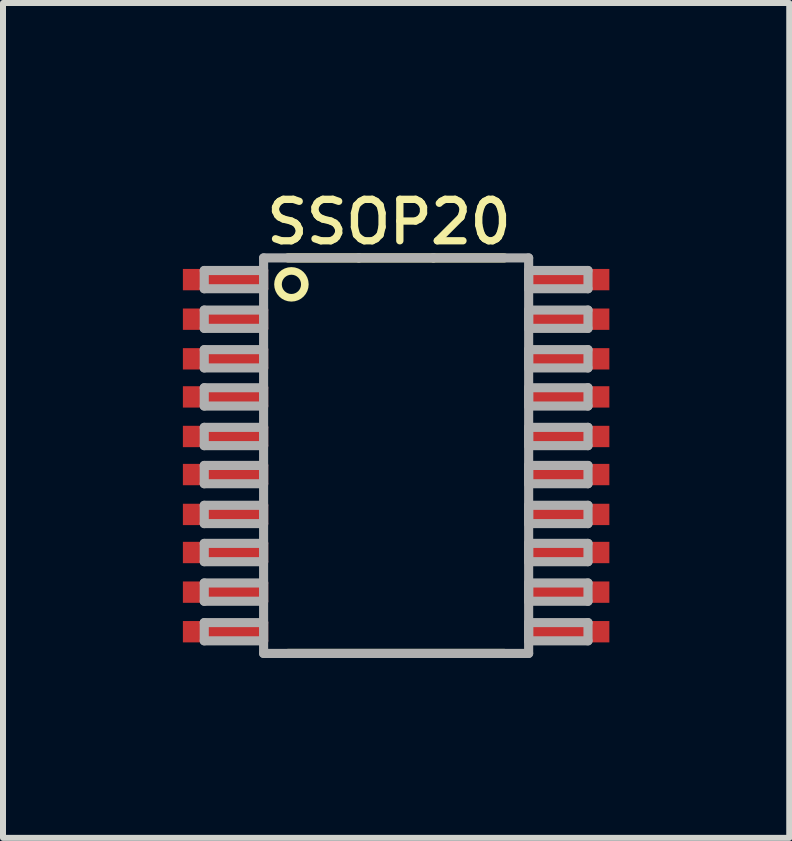
<source format=kicad_pcb>
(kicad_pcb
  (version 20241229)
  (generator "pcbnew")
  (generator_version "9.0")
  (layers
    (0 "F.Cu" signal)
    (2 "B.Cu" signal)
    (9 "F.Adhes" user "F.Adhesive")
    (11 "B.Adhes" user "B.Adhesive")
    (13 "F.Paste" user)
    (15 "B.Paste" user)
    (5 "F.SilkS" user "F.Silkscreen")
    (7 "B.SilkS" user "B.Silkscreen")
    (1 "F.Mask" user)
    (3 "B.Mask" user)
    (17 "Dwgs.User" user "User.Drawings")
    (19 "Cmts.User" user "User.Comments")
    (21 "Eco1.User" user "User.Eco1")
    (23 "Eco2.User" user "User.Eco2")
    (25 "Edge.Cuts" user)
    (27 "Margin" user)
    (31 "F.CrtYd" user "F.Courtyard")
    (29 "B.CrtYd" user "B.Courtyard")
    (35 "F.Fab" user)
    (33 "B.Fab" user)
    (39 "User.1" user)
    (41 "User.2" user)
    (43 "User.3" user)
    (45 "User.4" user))
  (footprint "SSOP20"
    (layer "F.Cu")
    (at 3.556 4.549)
    (property "Reference" "SSOP20" (at -2.223 -3.493 0) (unlocked yes) (layer "F.SilkS") (effects (font (size 0.691 0.691) (thickness 0.122)) (justify left bottom)))
    (fp_line (start -1.803 3.298) (end 1.803 3.298) (stroke (width 0.152) (type solid)) (layer "F.SilkS"))
    (fp_line (start -0.622 -3.298) (end -1.803 -3.298) (stroke (width 0.152) (type solid)) (layer "F.SilkS"))
    (fp_line (start 0.622 -3.298) (end -0.622 -3.298) (stroke (width 0.152) (type solid)) (layer "F.SilkS"))
    (fp_line (start 1.803 -3.298) (end 0.622 -3.298) (stroke (width 0.152) (type solid)) (layer "F.SilkS"))
    (fp_circle (center -1.746 -2.857) (end -1.522 -2.857) (stroke (width 0.127) (type solid)) (fill no) (layer "F.SilkS"))
    (fp_line (start -3.2 -3.088) (end -3.2 -2.784) (stroke (width 0.152) (type solid)) (layer "F.Fab"))
    (fp_line (start -3.2 -2.784) (end -2.21 -2.784) (stroke (width 0.152) (type solid)) (layer "F.Fab"))
    (fp_line (start -3.2 -2.428) (end -3.2 -2.123) (stroke (width 0.152) (type solid)) (layer "F.Fab"))
    (fp_line (start -3.2 -2.123) (end -2.21 -2.123) (stroke (width 0.152) (type solid)) (layer "F.Fab"))
    (fp_line (start -3.2 -1.768) (end -3.2 -1.463) (stroke (width 0.152) (type solid)) (layer "F.Fab"))
    (fp_line (start -3.2 -1.463) (end -2.21 -1.463) (stroke (width 0.152) (type solid)) (layer "F.Fab"))
    (fp_line (start -3.2 -1.133) (end -3.2 -0.828) (stroke (width 0.152) (type solid)) (layer "F.Fab"))
    (fp_line (start -3.2 -0.828) (end -2.21 -0.828) (stroke (width 0.152) (type solid)) (layer "F.Fab"))
    (fp_line (start -3.2 -0.472) (end -3.2 -0.167) (stroke (width 0.152) (type solid)) (layer "F.Fab"))
    (fp_line (start -3.2 -0.167) (end -2.21 -0.167) (stroke (width 0.152) (type solid)) (layer "F.Fab"))
    (fp_line (start -3.2 0.163) (end -3.2 0.468) (stroke (width 0.152) (type solid)) (layer "F.Fab"))
    (fp_line (start -3.2 0.468) (end -2.21 0.468) (stroke (width 0.152) (type solid)) (layer "F.Fab"))
    (fp_line (start -3.2 0.828) (end -3.2 1.133) (stroke (width 0.152) (type solid)) (layer "F.Fab"))
    (fp_line (start -3.2 1.133) (end -2.21 1.133) (stroke (width 0.152) (type solid)) (layer "F.Fab"))
    (fp_line (start -3.2 1.463) (end -3.2 1.768) (stroke (width 0.152) (type solid)) (layer "F.Fab"))
    (fp_line (start -3.2 1.768) (end -2.21 1.768) (stroke (width 0.152) (type solid)) (layer "F.Fab"))
    (fp_line (start -3.2 2.123) (end -3.2 2.428) (stroke (width 0.152) (type solid)) (layer "F.Fab"))
    (fp_line (start -3.2 2.428) (end -2.21 2.428) (stroke (width 0.152) (type solid)) (layer "F.Fab"))
    (fp_line (start -3.2 2.784) (end -3.2 3.088) (stroke (width 0.152) (type solid)) (layer "F.Fab"))
    (fp_line (start -3.2 3.088) (end -2.21 3.088) (stroke (width 0.152) (type solid)) (layer "F.Fab"))
    (fp_line (start -2.21 -3.298) (end -2.21 3.298) (stroke (width 0.152) (type solid)) (layer "F.Fab"))
    (fp_line (start -2.21 -3.088) (end -3.2 -3.088) (stroke (width 0.152) (type solid)) (layer "F.Fab"))
    (fp_line (start -2.21 -2.784) (end -2.21 -3.088) (stroke (width 0.152) (type solid)) (layer "F.Fab"))
    (fp_line (start -2.21 -2.428) (end -3.2 -2.428) (stroke (width 0.152) (type solid)) (layer "F.Fab"))
    (fp_line (start -2.21 -2.123) (end -2.21 -2.428) (stroke (width 0.152) (type solid)) (layer "F.Fab"))
    (fp_line (start -2.21 -1.768) (end -3.2 -1.768) (stroke (width 0.152) (type solid)) (layer "F.Fab"))
    (fp_line (start -2.21 -1.463) (end -2.21 -1.768) (stroke (width 0.152) (type solid)) (layer "F.Fab"))
    (fp_line (start -2.21 -1.133) (end -3.2 -1.133) (stroke (width 0.152) (type solid)) (layer "F.Fab"))
    (fp_line (start -2.21 -0.828) (end -2.21 -1.133) (stroke (width 0.152) (type solid)) (layer "F.Fab"))
    (fp_line (start -2.21 -0.472) (end -3.2 -0.472) (stroke (width 0.152) (type solid)) (layer "F.Fab"))
    (fp_line (start -2.21 -0.167) (end -2.21 -0.472) (stroke (width 0.152) (type solid)) (layer "F.Fab"))
    (fp_line (start -2.21 0.163) (end -3.2 0.163) (stroke (width 0.152) (type solid)) (layer "F.Fab"))
    (fp_line (start -2.21 0.468) (end -2.21 0.163) (stroke (width 0.152) (type solid)) (layer "F.Fab"))
    (fp_line (start -2.21 0.828) (end -3.2 0.828) (stroke (width 0.152) (type solid)) (layer "F.Fab"))
    (fp_line (start -2.21 1.133) (end -2.21 0.828) (stroke (width 0.152) (type solid)) (layer "F.Fab"))
    (fp_line (start -2.21 1.463) (end -3.2 1.463) (stroke (width 0.152) (type solid)) (layer "F.Fab"))
    (fp_line (start -2.21 1.768) (end -2.21 1.463) (stroke (width 0.152) (type solid)) (layer "F.Fab"))
    (fp_line (start -2.21 2.123) (end -3.2 2.123) (stroke (width 0.152) (type solid)) (layer "F.Fab"))
    (fp_line (start -2.21 2.428) (end -2.21 2.123) (stroke (width 0.152) (type solid)) (layer "F.Fab"))
    (fp_line (start -2.21 2.784) (end -3.2 2.784) (stroke (width 0.152) (type solid)) (layer "F.Fab"))
    (fp_line (start -2.21 3.088) (end -2.21 2.784) (stroke (width 0.152) (type solid)) (layer "F.Fab"))
    (fp_line (start -2.21 3.298) (end 2.21 3.298) (stroke (width 0.152) (type solid)) (layer "F.Fab"))
    (fp_line (start -0.622 -3.298) (end -2.21 -3.298) (stroke (width 0.152) (type solid)) (layer "F.Fab"))
    (fp_line (start 0.622 -3.298) (end -0.622 -3.298) (stroke (width 0.152) (type solid)) (layer "F.Fab"))
    (fp_line (start 2.21 -3.298) (end 0.622 -3.298) (stroke (width 0.152) (type solid)) (layer "F.Fab"))
    (fp_line (start 2.21 -3.088) (end 2.21 -2.784) (stroke (width 0.152) (type solid)) (layer "F.Fab"))
    (fp_line (start 2.21 -2.784) (end 3.2 -2.784) (stroke (width 0.152) (type solid)) (layer "F.Fab"))
    (fp_line (start 2.21 -2.428) (end 2.21 -2.123) (stroke (width 0.152) (type solid)) (layer "F.Fab"))
    (fp_line (start 2.21 -2.123) (end 3.2 -2.123) (stroke (width 0.152) (type solid)) (layer "F.Fab"))
    (fp_line (start 2.21 -1.768) (end 2.21 -1.463) (stroke (width 0.152) (type solid)) (layer "F.Fab"))
    (fp_line (start 2.21 -1.463) (end 3.2 -1.463) (stroke (width 0.152) (type solid)) (layer "F.Fab"))
    (fp_line (start 2.21 -1.133) (end 2.21 -0.828) (stroke (width 0.152) (type solid)) (layer "F.Fab"))
    (fp_line (start 2.21 -0.828) (end 3.2 -0.828) (stroke (width 0.152) (type solid)) (layer "F.Fab"))
    (fp_line (start 2.21 -0.472) (end 2.21 -0.167) (stroke (width 0.152) (type solid)) (layer "F.Fab"))
    (fp_line (start 2.21 -0.167) (end 3.2 -0.167) (stroke (width 0.152) (type solid)) (layer "F.Fab"))
    (fp_line (start 2.21 0.163) (end 2.21 0.468) (stroke (width 0.152) (type solid)) (layer "F.Fab"))
    (fp_line (start 2.21 0.468) (end 3.2 0.468) (stroke (width 0.152) (type solid)) (layer "F.Fab"))
    (fp_line (start 2.21 0.828) (end 2.21 1.133) (stroke (width 0.152) (type solid)) (layer "F.Fab"))
    (fp_line (start 2.21 1.133) (end 3.2 1.133) (stroke (width 0.152) (type solid)) (layer "F.Fab"))
    (fp_line (start 2.21 1.463) (end 2.21 1.768) (stroke (width 0.152) (type solid)) (layer "F.Fab"))
    (fp_line (start 2.21 1.768) (end 3.2 1.768) (stroke (width 0.152) (type solid)) (layer "F.Fab"))
    (fp_line (start 2.21 2.123) (end 2.21 2.428) (stroke (width 0.152) (type solid)) (layer "F.Fab"))
    (fp_line (start 2.21 2.428) (end 3.2 2.428) (stroke (width 0.152) (type solid)) (layer "F.Fab"))
    (fp_line (start 2.21 2.784) (end 2.21 3.088) (stroke (width 0.152) (type solid)) (layer "F.Fab"))
    (fp_line (start 2.21 3.088) (end 3.2 3.088) (stroke (width 0.152) (type solid)) (layer "F.Fab"))
    (fp_line (start 2.21 3.298) (end 2.21 -3.298) (stroke (width 0.152) (type solid)) (layer "F.Fab"))
    (fp_line (start 3.2 -3.088) (end 2.21 -3.088) (stroke (width 0.152) (type solid)) (layer "F.Fab"))
    (fp_line (start 3.2 -2.784) (end 3.2 -3.088) (stroke (width 0.152) (type solid)) (layer "F.Fab"))
    (fp_line (start 3.2 -2.428) (end 2.21 -2.428) (stroke (width 0.152) (type solid)) (layer "F.Fab"))
    (fp_line (start 3.2 -2.123) (end 3.2 -2.428) (stroke (width 0.152) (type solid)) (layer "F.Fab"))
    (fp_line (start 3.2 -1.768) (end 2.21 -1.768) (stroke (width 0.152) (type solid)) (layer "F.Fab"))
    (fp_line (start 3.2 -1.463) (end 3.2 -1.768) (stroke (width 0.152) (type solid)) (layer "F.Fab"))
    (fp_line (start 3.2 -1.133) (end 2.21 -1.133) (stroke (width 0.152) (type solid)) (layer "F.Fab"))
    (fp_line (start 3.2 -0.828) (end 3.2 -1.133) (stroke (width 0.152) (type solid)) (layer "F.Fab"))
    (fp_line (start 3.2 -0.472) (end 2.21 -0.472) (stroke (width 0.152) (type solid)) (layer "F.Fab"))
    (fp_line (start 3.2 -0.167) (end 3.2 -0.472) (stroke (width 0.152) (type solid)) (layer "F.Fab"))
    (fp_line (start 3.2 0.163) (end 2.21 0.163) (stroke (width 0.152) (type solid)) (layer "F.Fab"))
    (fp_line (start 3.2 0.468) (end 3.2 0.163) (stroke (width 0.152) (type solid)) (layer "F.Fab"))
    (fp_line (start 3.2 0.828) (end 2.21 0.828) (stroke (width 0.152) (type solid)) (layer "F.Fab"))
    (fp_line (start 3.2 1.133) (end 3.2 0.828) (stroke (width 0.152) (type solid)) (layer "F.Fab"))
    (fp_line (start 3.2 1.463) (end 2.21 1.463) (stroke (width 0.152) (type solid)) (layer "F.Fab"))
    (fp_line (start 3.2 1.768) (end 3.2 1.463) (stroke (width 0.152) (type solid)) (layer "F.Fab"))
    (fp_line (start 3.2 2.123) (end 2.21 2.123) (stroke (width 0.152) (type solid)) (layer "F.Fab"))
    (fp_line (start 3.2 2.428) (end 3.2 2.123) (stroke (width 0.152) (type solid)) (layer "F.Fab"))
    (fp_line (start 3.2 2.784) (end 2.21 2.784) (stroke (width 0.152) (type solid)) (layer "F.Fab"))
    (fp_line (start 3.2 3.088) (end 3.2 2.784) (stroke (width 0.152) (type solid)) (layer "F.Fab"))
    (pad "1" smd rect (at -2.845 -2.936) (size 1.422 0.356) (layers "F.Cu" "F.Mask" "F.Paste"))
    (pad "2" smd rect (at -2.845 -2.276) (size 1.422 0.356) (layers "F.Cu" "F.Mask" "F.Paste"))
    (pad "3" smd rect (at -2.845 -1.615) (size 1.422 0.356) (layers "F.Cu" "F.Mask" "F.Paste"))
    (pad "4" smd rect (at -2.845 -0.98) (size 1.422 0.356) (layers "F.Cu" "F.Mask" "F.Paste"))
    (pad "5" smd rect (at -2.845 -0.32) (size 1.422 0.356) (layers "F.Cu" "F.Mask" "F.Paste"))
    (pad "6" smd rect (at -2.845 0.315) (size 1.422 0.356) (layers "F.Cu" "F.Mask" "F.Paste"))
    (pad "7" smd rect (at -2.845 0.98) (size 1.422 0.356) (layers "F.Cu" "F.Mask" "F.Paste"))
    (pad "8" smd rect (at -2.845 1.615) (size 1.422 0.356) (layers "F.Cu" "F.Mask" "F.Paste"))
    (pad "9" smd rect (at -2.845 2.276) (size 1.422 0.356) (layers "F.Cu" "F.Mask" "F.Paste"))
    (pad "10" smd rect (at -2.845 2.936) (size 1.422 0.356) (layers "F.Cu" "F.Mask" "F.Paste"))
    (pad "11" smd rect (at 2.845 2.936) (size 1.422 0.356) (layers "F.Cu" "F.Mask" "F.Paste"))
    (pad "12" smd rect (at 2.845 2.276) (size 1.422 0.356) (layers "F.Cu" "F.Mask" "F.Paste"))
    (pad "13" smd rect (at 2.845 1.615) (size 1.422 0.356) (layers "F.Cu" "F.Mask" "F.Paste"))
    (pad "14" smd rect (at 2.845 0.98) (size 1.422 0.356) (layers "F.Cu" "F.Mask" "F.Paste"))
    (pad "15" smd rect (at 2.845 0.315) (size 1.422 0.356) (layers "F.Cu" "F.Mask" "F.Paste"))
    (pad "16" smd rect (at 2.845 -0.32) (size 1.422 0.356) (layers "F.Cu" "F.Mask" "F.Paste"))
    (pad "17" smd rect (at 2.845 -0.98) (size 1.422 0.356) (layers "F.Cu" "F.Mask" "F.Paste"))
    (pad "18" smd rect (at 2.845 -1.615) (size 1.422 0.356) (layers "F.Cu" "F.Mask" "F.Paste"))
    (pad "19" smd rect (at 2.845 -2.276) (size 1.422 0.356) (layers "F.Cu" "F.Mask" "F.Paste"))
    (pad "20" smd rect (at 2.845 -2.936) (size 1.422 0.356) (layers "F.Cu" "F.Mask" "F.Paste")))
  (gr_rect
    (start -3 -3)
    (end 10.112 10.923)
    (stroke (width 0.1) (type default))
    (fill no)
    (layer "Edge.Cuts")))
</source>
